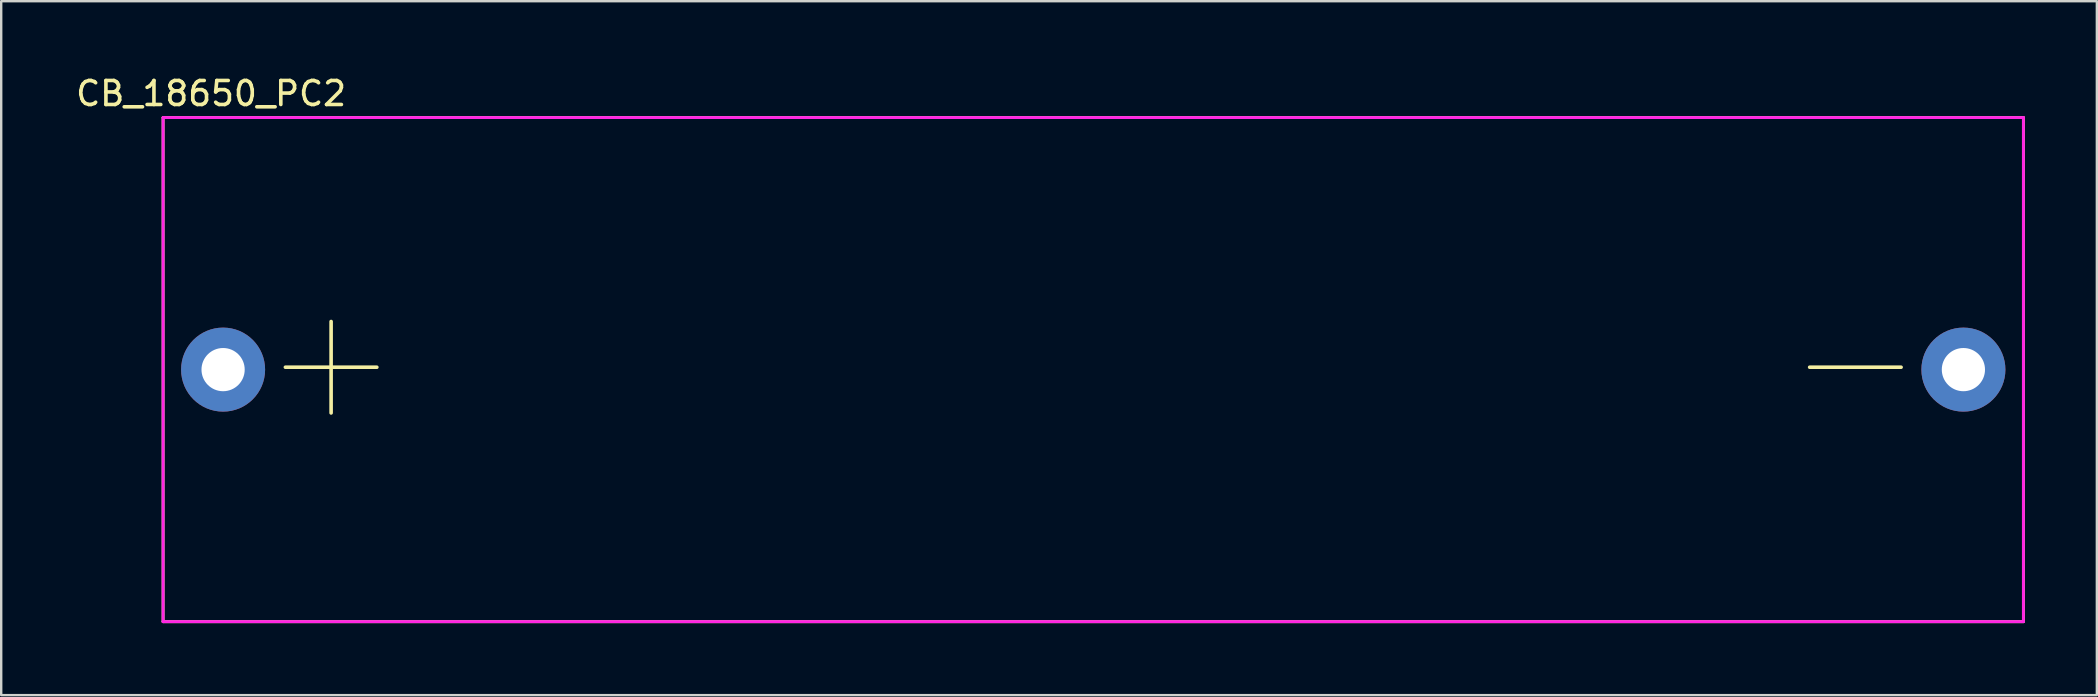
<source format=kicad_pcb>
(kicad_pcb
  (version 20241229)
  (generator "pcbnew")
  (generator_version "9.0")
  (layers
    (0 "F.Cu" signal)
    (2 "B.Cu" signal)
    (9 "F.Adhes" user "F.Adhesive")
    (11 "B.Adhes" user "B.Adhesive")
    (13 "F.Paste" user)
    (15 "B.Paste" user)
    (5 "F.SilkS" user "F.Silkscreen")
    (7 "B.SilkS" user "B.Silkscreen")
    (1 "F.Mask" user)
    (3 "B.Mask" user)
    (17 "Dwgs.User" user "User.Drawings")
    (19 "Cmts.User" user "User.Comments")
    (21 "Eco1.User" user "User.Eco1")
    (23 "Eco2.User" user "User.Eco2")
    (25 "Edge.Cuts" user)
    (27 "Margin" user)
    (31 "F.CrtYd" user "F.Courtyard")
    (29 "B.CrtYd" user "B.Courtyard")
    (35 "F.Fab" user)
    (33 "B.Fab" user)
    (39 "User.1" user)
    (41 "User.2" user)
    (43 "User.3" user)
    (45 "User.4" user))
  (footprint "CB_18650_PC2"
    (layer "F.Cu")
    (at 3.744 1.848)
    (property "Reference" "CB_18650_PC2" (at 2 -1 0) (layer "F.SilkS") (effects (font (size 1 1) (thickness 0.15))))
    (attr through_hole)
    (fp_line (start 0 0) (end 77.5 0) (stroke (width 0.12) (type solid)) (layer "F.SilkS"))
    (fp_line (start 0 21) (end 0 0) (stroke (width 0.12) (type solid)) (layer "F.SilkS"))
    (fp_line (start 77.5 0) (end 77.5 21) (stroke (width 0.12) (type solid)) (layer "F.SilkS"))
    (fp_line (start 77.5 21) (end 0 21) (stroke (width 0.12) (type solid)) (layer "F.SilkS"))
    (fp_line (start 0 0) (end 77.5 0) (stroke (width 0.12) (type solid)) (layer "F.CrtYd"))
    (fp_line (start 0 21) (end 0 0) (stroke (width 0.12) (type solid)) (layer "F.CrtYd"))
    (fp_line (start 77.5 0) (end 77.5 21) (stroke (width 0.12) (type solid)) (layer "F.CrtYd"))
    (fp_line (start 77.5 21) (end 0 21) (stroke (width 0.12) (type solid)) (layer "F.CrtYd"))
    (fp_text user "+" (at 7 10 0) (layer "F.SilkS") (effects (font (size 5 5) (thickness 0.15))))
    (fp_text user "-" (at 70.5 10 0) (layer "F.SilkS") (effects (font (size 5 5) (thickness 0.15))))
    (pad "1" thru_hole circle (at 2.5 10.5) (size 3.5 3.5) (drill 1.8) (layers "*.Cu" "*.Mask"))
    (pad "2" thru_hole circle (at 75 10.5) (size 3.5 3.5) (drill 1.8) (layers "*.Cu" "*.Mask")))
  (gr_rect
    (start -3 -3)
    (end 84.304 25.908)
    (stroke (width 0.1) (type default))
    (fill no)
    (layer "Edge.Cuts")))
</source>
